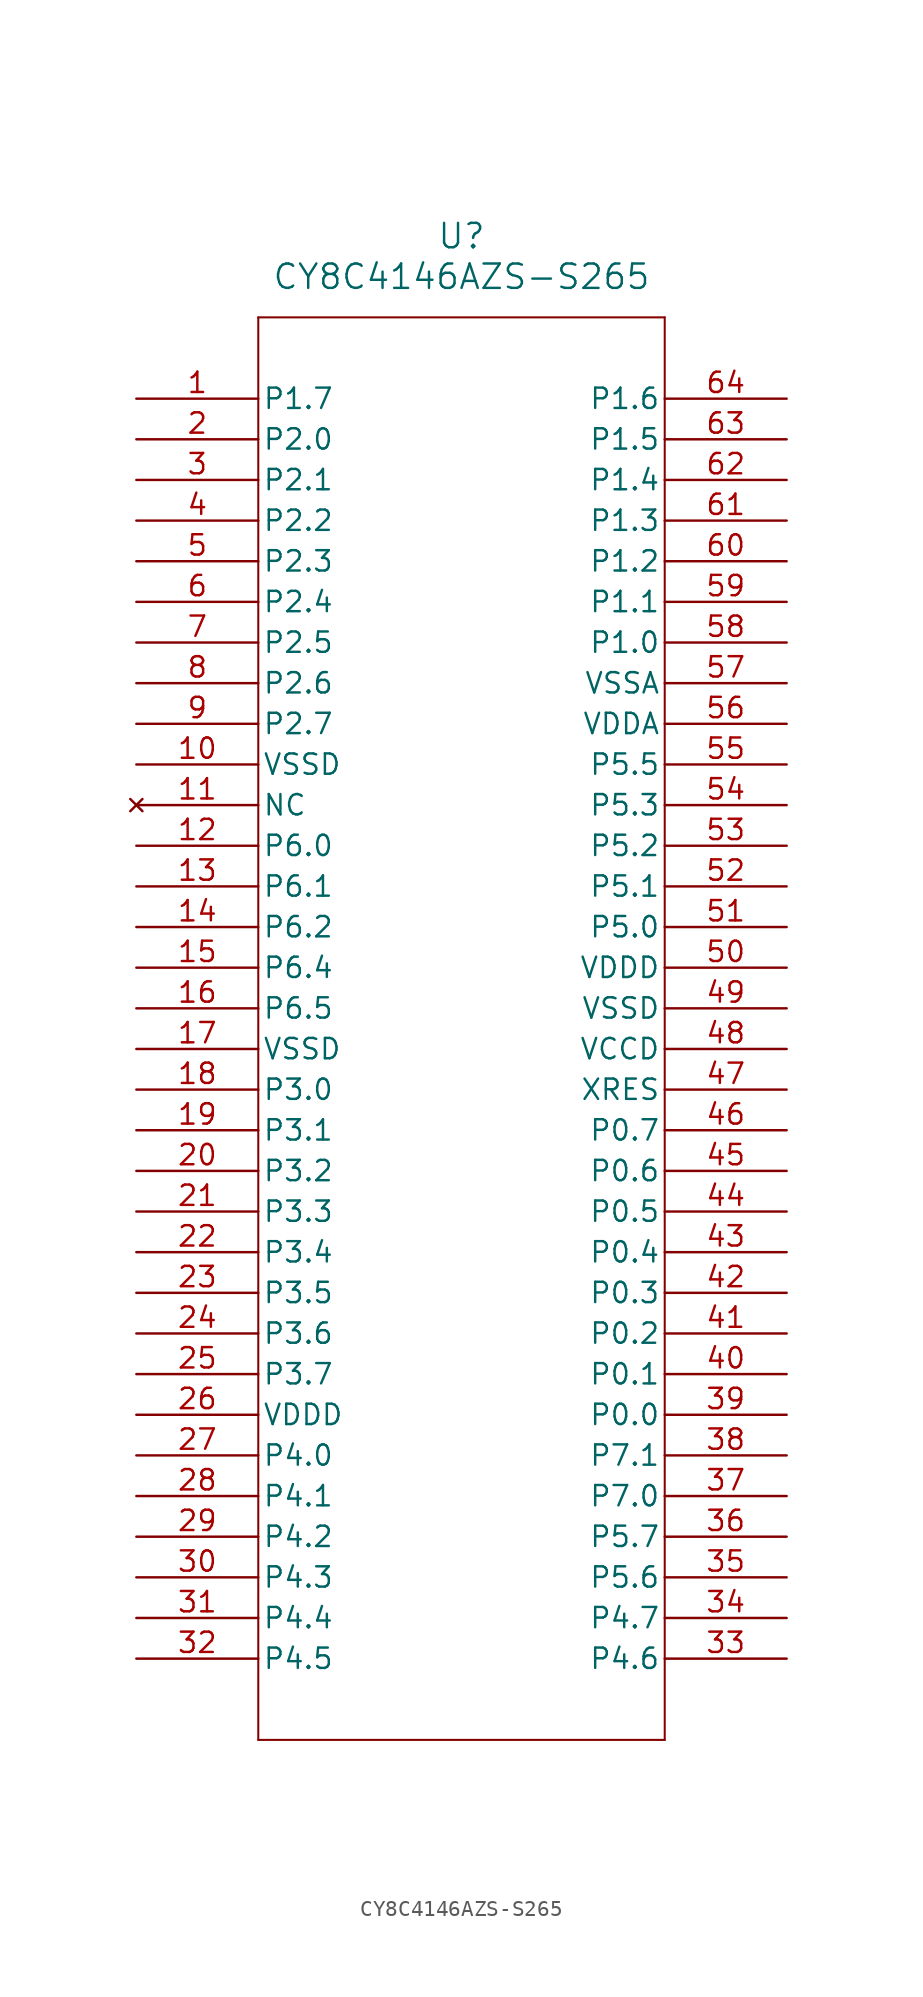
<source format=kicad_sym>
(kicad_symbol_lib
  (version 20211014)
  (generator kicad_symbol_editor)
  (symbol "CY8C4146AZS-S265"
    (pin_names
      (offset 0.254))
    (property "Reference" "U"
      (at 20.32 10.16 0)
      (effects (font (size 1.524 1.524))))
    (property "Value" "CY8C4146AZS-S265"
      (at 20.32 7.62 0)
      (effects (font (size 1.524 1.524))))
    (symbol "CY8C4146AZS-S265_0_1"
      (polyline (pts (xy 7.62 5.08) (xy 7.62 -83.82)) (stroke (width 0.127) (type default) (color 0 0 0 0)) (fill (type none)))
      (polyline (pts (xy 7.62 -83.82) (xy 33.02 -83.82)) (stroke (width 0.127) (type default) (color 0 0 0 0)) (fill (type none)))
      (polyline (pts (xy 33.02 -83.82) (xy 33.02 5.08)) (stroke (width 0.127) (type default) (color 0 0 0 0)) (fill (type none)))
      (polyline (pts (xy 33.02 5.08) (xy 7.62 5.08)) (stroke (width 0.127) (type default) (color 0 0 0 0)) (fill (type none)))
      (pin bidirectional line (at 0 0 0) (length 7.62) (name "P1.7" (effects (font (size 1.27 1.27)))) (number "1" (effects (font (size 1.27 1.27)))))
      (pin bidirectional line (at 0 -2.54 0) (length 7.62) (name "P2.0" (effects (font (size 1.27 1.27)))) (number "2" (effects (font (size 1.27 1.27)))))
      (pin bidirectional line (at 0 -5.08 0) (length 7.62) (name "P2.1" (effects (font (size 1.27 1.27)))) (number "3" (effects (font (size 1.27 1.27)))))
      (pin bidirectional line (at 0 -7.62 0) (length 7.62) (name "P2.2" (effects (font (size 1.27 1.27)))) (number "4" (effects (font (size 1.27 1.27)))))
      (pin bidirectional line (at 0 -10.16 0) (length 7.62) (name "P2.3" (effects (font (size 1.27 1.27)))) (number "5" (effects (font (size 1.27 1.27)))))
      (pin bidirectional line (at 0 -12.7 0) (length 7.62) (name "P2.4" (effects (font (size 1.27 1.27)))) (number "6" (effects (font (size 1.27 1.27)))))
      (pin bidirectional line (at 0 -15.24 0) (length 7.62) (name "P2.5" (effects (font (size 1.27 1.27)))) (number "7" (effects (font (size 1.27 1.27)))))
      (pin bidirectional line (at 0 -17.78 0) (length 7.62) (name "P2.6" (effects (font (size 1.27 1.27)))) (number "8" (effects (font (size 1.27 1.27)))))
      (pin bidirectional line (at 0 -20.32 0) (length 7.62) (name "P2.7" (effects (font (size 1.27 1.27)))) (number "9" (effects (font (size 1.27 1.27)))))
      (pin power_out line (at 0 -22.86 0) (length 7.62) (name "VSSD" (effects (font (size 1.27 1.27)))) (number "10" (effects (font (size 1.27 1.27)))))
      (pin no_connect line (at 0 -25.4 0) (length 7.62) (name "NC" (effects (font (size 1.27 1.27)))) (number "11" (effects (font (size 1.27 1.27)))))
      (pin bidirectional line (at 0 -27.94 0) (length 7.62) (name "P6.0" (effects (font (size 1.27 1.27)))) (number "12" (effects (font (size 1.27 1.27)))))
      (pin bidirectional line (at 0 -30.48 0) (length 7.62) (name "P6.1" (effects (font (size 1.27 1.27)))) (number "13" (effects (font (size 1.27 1.27)))))
      (pin bidirectional line (at 0 -33.02 0) (length 7.62) (name "P6.2" (effects (font (size 1.27 1.27)))) (number "14" (effects (font (size 1.27 1.27)))))
      (pin bidirectional line (at 0 -35.56 0) (length 7.62) (name "P6.4" (effects (font (size 1.27 1.27)))) (number "15" (effects (font (size 1.27 1.27)))))
      (pin bidirectional line (at 0 -38.1 0) (length 7.62) (name "P6.5" (effects (font (size 1.27 1.27)))) (number "16" (effects (font (size 1.27 1.27)))))
      (pin power_out line (at 0 -40.64 0) (length 7.62) (name "VSSD" (effects (font (size 1.27 1.27)))) (number "17" (effects (font (size 1.27 1.27)))))
      (pin bidirectional line (at 0 -43.18 0) (length 7.62) (name "P3.0" (effects (font (size 1.27 1.27)))) (number "18" (effects (font (size 1.27 1.27)))))
      (pin bidirectional line (at 0 -45.72 0) (length 7.62) (name "P3.1" (effects (font (size 1.27 1.27)))) (number "19" (effects (font (size 1.27 1.27)))))
      (pin bidirectional line (at 0 -48.26 0) (length 7.62) (name "P3.2" (effects (font (size 1.27 1.27)))) (number "20" (effects (font (size 1.27 1.27)))))
      (pin bidirectional line (at 0 -50.8 0) (length 7.62) (name "P3.3" (effects (font (size 1.27 1.27)))) (number "21" (effects (font (size 1.27 1.27)))))
      (pin bidirectional line (at 0 -53.34 0) (length 7.62) (name "P3.4" (effects (font (size 1.27 1.27)))) (number "22" (effects (font (size 1.27 1.27)))))
      (pin bidirectional line (at 0 -55.88 0) (length 7.62) (name "P3.5" (effects (font (size 1.27 1.27)))) (number "23" (effects (font (size 1.27 1.27)))))
      (pin bidirectional line (at 0 -58.42 0) (length 7.62) (name "P3.6" (effects (font (size 1.27 1.27)))) (number "24" (effects (font (size 1.27 1.27)))))
      (pin bidirectional line (at 0 -60.96 0) (length 7.62) (name "P3.7" (effects (font (size 1.27 1.27)))) (number "25" (effects (font (size 1.27 1.27)))))
      (pin power_in line (at 0 -63.5 0) (length 7.62) (name "VDDD" (effects (font (size 1.27 1.27)))) (number "26" (effects (font (size 1.27 1.27)))))
      (pin bidirectional line (at 0 -66.04 0) (length 7.62) (name "P4.0" (effects (font (size 1.27 1.27)))) (number "27" (effects (font (size 1.27 1.27)))))
      (pin bidirectional line (at 0 -68.58 0) (length 7.62) (name "P4.1" (effects (font (size 1.27 1.27)))) (number "28" (effects (font (size 1.27 1.27)))))
      (pin bidirectional line (at 0 -71.12 0) (length 7.62) (name "P4.2" (effects (font (size 1.27 1.27)))) (number "29" (effects (font (size 1.27 1.27)))))
      (pin bidirectional line (at 0 -73.66 0) (length 7.62) (name "P4.3" (effects (font (size 1.27 1.27)))) (number "30" (effects (font (size 1.27 1.27)))))
      (pin bidirectional line (at 0 -76.2 0) (length 7.62) (name "P4.4" (effects (font (size 1.27 1.27)))) (number "31" (effects (font (size 1.27 1.27)))))
      (pin bidirectional line (at 0 -78.74 0) (length 7.62) (name "P4.5" (effects (font (size 1.27 1.27)))) (number "32" (effects (font (size 1.27 1.27)))))
      (pin bidirectional line (at 40.64 -78.74 180) (length 7.62) (name "P4.6" (effects (font (size 1.27 1.27)))) (number "33" (effects (font (size 1.27 1.27)))))
      (pin bidirectional line (at 40.64 -76.2 180) (length 7.62) (name "P4.7" (effects (font (size 1.27 1.27)))) (number "34" (effects (font (size 1.27 1.27)))))
      (pin bidirectional line (at 40.64 -73.66 180) (length 7.62) (name "P5.6" (effects (font (size 1.27 1.27)))) (number "35" (effects (font (size 1.27 1.27)))))
      (pin bidirectional line (at 40.64 -71.12 180) (length 7.62) (name "P5.7" (effects (font (size 1.27 1.27)))) (number "36" (effects (font (size 1.27 1.27)))))
      (pin bidirectional line (at 40.64 -68.58 180) (length 7.62) (name "P7.0" (effects (font (size 1.27 1.27)))) (number "37" (effects (font (size 1.27 1.27)))))
      (pin bidirectional line (at 40.64 -66.04 180) (length 7.62) (name "P7.1" (effects (font (size 1.27 1.27)))) (number "38" (effects (font (size 1.27 1.27)))))
      (pin bidirectional line (at 40.64 -63.5 180) (length 7.62) (name "P0.0" (effects (font (size 1.27 1.27)))) (number "39" (effects (font (size 1.27 1.27)))))
      (pin bidirectional line (at 40.64 -60.96 180) (length 7.62) (name "P0.1" (effects (font (size 1.27 1.27)))) (number "40" (effects (font (size 1.27 1.27)))))
      (pin bidirectional line (at 40.64 -58.42 180) (length 7.62) (name "P0.2" (effects (font (size 1.27 1.27)))) (number "41" (effects (font (size 1.27 1.27)))))
      (pin bidirectional line (at 40.64 -55.88 180) (length 7.62) (name "P0.3" (effects (font (size 1.27 1.27)))) (number "42" (effects (font (size 1.27 1.27)))))
      (pin bidirectional line (at 40.64 -53.34 180) (length 7.62) (name "P0.4" (effects (font (size 1.27 1.27)))) (number "43" (effects (font (size 1.27 1.27)))))
      (pin bidirectional line (at 40.64 -50.8 180) (length 7.62) (name "P0.5" (effects (font (size 1.27 1.27)))) (number "44" (effects (font (size 1.27 1.27)))))
      (pin bidirectional line (at 40.64 -48.26 180) (length 7.62) (name "P0.6" (effects (font (size 1.27 1.27)))) (number "45" (effects (font (size 1.27 1.27)))))
      (pin bidirectional line (at 40.64 -45.72 180) (length 7.62) (name "P0.7" (effects (font (size 1.27 1.27)))) (number "46" (effects (font (size 1.27 1.27)))))
      (pin unspecified line (at 40.64 -43.18 180) (length 7.62) (name "XRES" (effects (font (size 1.27 1.27)))) (number "47" (effects (font (size 1.27 1.27)))))
      (pin power_in line (at 40.64 -40.64 180) (length 7.62) (name "VCCD" (effects (font (size 1.27 1.27)))) (number "48" (effects (font (size 1.27 1.27)))))
      (pin power_out line (at 40.64 -38.1 180) (length 7.62) (name "VSSD" (effects (font (size 1.27 1.27)))) (number "49" (effects (font (size 1.27 1.27)))))
      (pin power_in line (at 40.64 -35.56 180) (length 7.62) (name "VDDD" (effects (font (size 1.27 1.27)))) (number "50" (effects (font (size 1.27 1.27)))))
      (pin bidirectional line (at 40.64 -33.02 180) (length 7.62) (name "P5.0" (effects (font (size 1.27 1.27)))) (number "51" (effects (font (size 1.27 1.27)))))
      (pin bidirectional line (at 40.64 -30.48 180) (length 7.62) (name "P5.1" (effects (font (size 1.27 1.27)))) (number "52" (effects (font (size 1.27 1.27)))))
      (pin bidirectional line (at 40.64 -27.94 180) (length 7.62) (name "P5.2" (effects (font (size 1.27 1.27)))) (number "53" (effects (font (size 1.27 1.27)))))
      (pin bidirectional line (at 40.64 -25.4 180) (length 7.62) (name "P5.3" (effects (font (size 1.27 1.27)))) (number "54" (effects (font (size 1.27 1.27)))))
      (pin bidirectional line (at 40.64 -22.86 180) (length 7.62) (name "P5.5" (effects (font (size 1.27 1.27)))) (number "55" (effects (font (size 1.27 1.27)))))
      (pin power_in line (at 40.64 -20.32 180) (length 7.62) (name "VDDA" (effects (font (size 1.27 1.27)))) (number "56" (effects (font (size 1.27 1.27)))))
      (pin power_out line (at 40.64 -17.78 180) (length 7.62) (name "VSSA" (effects (font (size 1.27 1.27)))) (number "57" (effects (font (size 1.27 1.27)))))
      (pin bidirectional line (at 40.64 -15.24 180) (length 7.62) (name "P1.0" (effects (font (size 1.27 1.27)))) (number "58" (effects (font (size 1.27 1.27)))))
      (pin bidirectional line (at 40.64 -12.7 180) (length 7.62) (name "P1.1" (effects (font (size 1.27 1.27)))) (number "59" (effects (font (size 1.27 1.27)))))
      (pin bidirectional line (at 40.64 -10.16 180) (length 7.62) (name "P1.2" (effects (font (size 1.27 1.27)))) (number "60" (effects (font (size 1.27 1.27)))))
      (pin bidirectional line (at 40.64 -7.62 180) (length 7.62) (name "P1.3" (effects (font (size 1.27 1.27)))) (number "61" (effects (font (size 1.27 1.27)))))
      (pin bidirectional line (at 40.64 -5.08 180) (length 7.62) (name "P1.4" (effects (font (size 1.27 1.27)))) (number "62" (effects (font (size 1.27 1.27)))))
      (pin bidirectional line (at 40.64 -2.54 180) (length 7.62) (name "P1.5" (effects (font (size 1.27 1.27)))) (number "63" (effects (font (size 1.27 1.27)))))
      (pin bidirectional line (at 40.64 0 180) (length 7.62) (name "P1.6" (effects (font (size 1.27 1.27)))) (number "64" (effects (font (size 1.27 1.27))))))))
</source>
